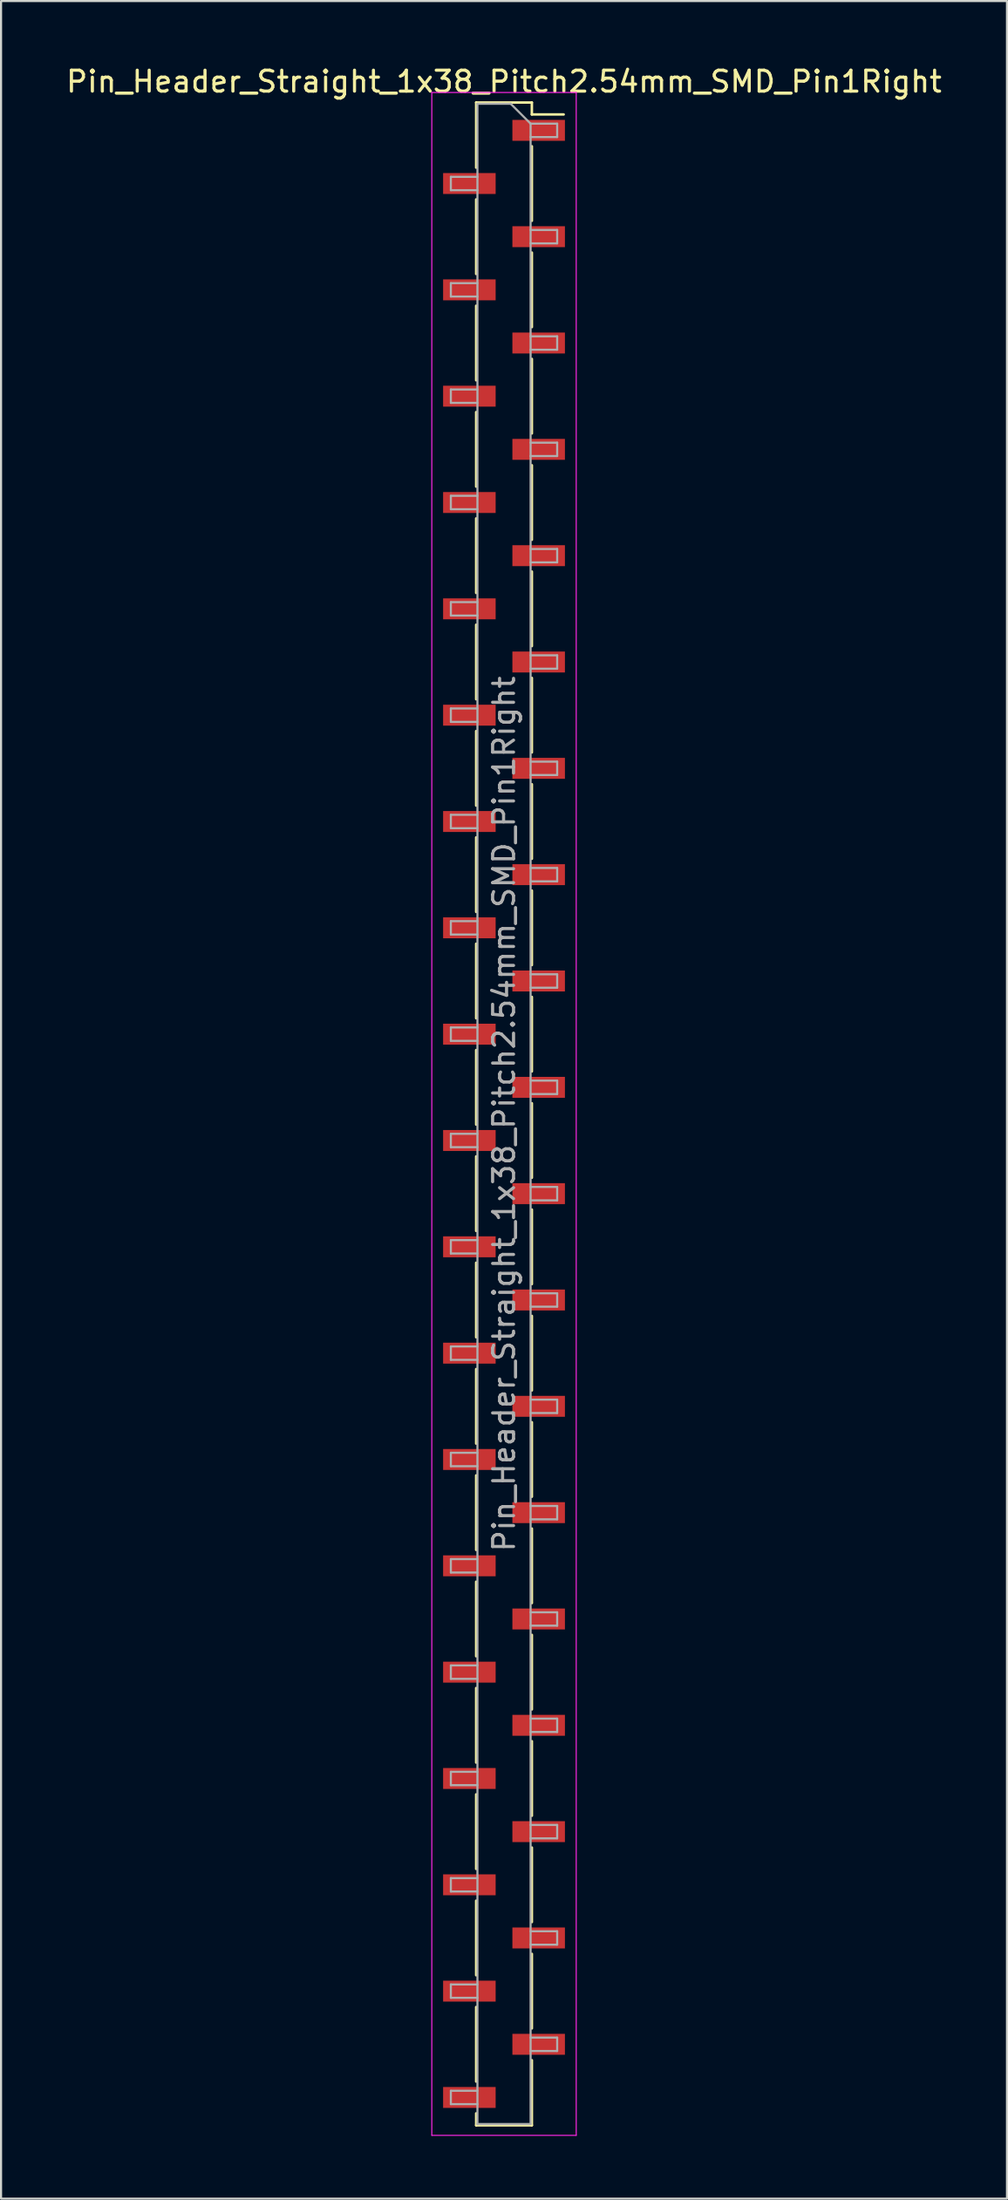
<source format=kicad_pcb>
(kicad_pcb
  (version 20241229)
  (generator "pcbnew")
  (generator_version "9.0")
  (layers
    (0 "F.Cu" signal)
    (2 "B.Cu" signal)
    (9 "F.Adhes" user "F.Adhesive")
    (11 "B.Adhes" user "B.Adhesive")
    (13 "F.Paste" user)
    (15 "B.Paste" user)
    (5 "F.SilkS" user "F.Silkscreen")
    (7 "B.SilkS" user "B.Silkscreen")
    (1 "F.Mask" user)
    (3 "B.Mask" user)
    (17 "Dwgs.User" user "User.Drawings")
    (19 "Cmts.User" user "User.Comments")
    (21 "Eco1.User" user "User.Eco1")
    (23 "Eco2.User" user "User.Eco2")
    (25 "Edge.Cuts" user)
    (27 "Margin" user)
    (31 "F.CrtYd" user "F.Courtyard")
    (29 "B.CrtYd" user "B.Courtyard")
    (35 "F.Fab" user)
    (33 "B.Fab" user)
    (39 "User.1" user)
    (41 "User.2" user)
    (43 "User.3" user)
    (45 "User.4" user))
  (footprint "Pin_Header_Straight_1x38_Pitch2.54mm_SMD_Pin1Right"
    (layer "F.Cu")
    (at 21.03 50.168)
    (property "Reference" "Pin_Header_Straight_1x38_Pitch2.54mm_SMD_Pin1Right" (at 0 -49.32 0) (layer "F.SilkS") (effects (font (size 1 1) (thickness 0.15))))
    (attr smd)
    (fp_line (start -1.33 -48.32) (end -1.33 -45.21) (stroke (width 0.12) (type solid)) (layer "F.SilkS"))
    (fp_line (start -1.33 -48.32) (end 1.33 -48.32) (stroke (width 0.12) (type solid)) (layer "F.SilkS"))
    (fp_line (start -1.33 -43.69) (end -1.33 -40.13) (stroke (width 0.12) (type solid)) (layer "F.SilkS"))
    (fp_line (start -1.33 -38.61) (end -1.33 -35.05) (stroke (width 0.12) (type solid)) (layer "F.SilkS"))
    (fp_line (start -1.33 -33.53) (end -1.33 -29.97) (stroke (width 0.12) (type solid)) (layer "F.SilkS"))
    (fp_line (start -1.33 -28.45) (end -1.33 -24.89) (stroke (width 0.12) (type solid)) (layer "F.SilkS"))
    (fp_line (start -1.33 -23.37) (end -1.33 -19.81) (stroke (width 0.12) (type solid)) (layer "F.SilkS"))
    (fp_line (start -1.33 -18.29) (end -1.33 -14.73) (stroke (width 0.12) (type solid)) (layer "F.SilkS"))
    (fp_line (start -1.33 -13.21) (end -1.33 -9.65) (stroke (width 0.12) (type solid)) (layer "F.SilkS"))
    (fp_line (start -1.33 -8.13) (end -1.33 -4.57) (stroke (width 0.12) (type solid)) (layer "F.SilkS"))
    (fp_line (start -1.33 -3.05) (end -1.33 0.51) (stroke (width 0.12) (type solid)) (layer "F.SilkS"))
    (fp_line (start -1.33 2.03) (end -1.33 5.59) (stroke (width 0.12) (type solid)) (layer "F.SilkS"))
    (fp_line (start -1.33 7.11) (end -1.33 10.67) (stroke (width 0.12) (type solid)) (layer "F.SilkS"))
    (fp_line (start -1.33 12.19) (end -1.33 15.75) (stroke (width 0.12) (type solid)) (layer "F.SilkS"))
    (fp_line (start -1.33 17.27) (end -1.33 20.83) (stroke (width 0.12) (type solid)) (layer "F.SilkS"))
    (fp_line (start -1.33 22.35) (end -1.33 25.91) (stroke (width 0.12) (type solid)) (layer "F.SilkS"))
    (fp_line (start -1.33 27.43) (end -1.33 30.99) (stroke (width 0.12) (type solid)) (layer "F.SilkS"))
    (fp_line (start -1.33 32.51) (end -1.33 36.07) (stroke (width 0.12) (type solid)) (layer "F.SilkS"))
    (fp_line (start -1.33 37.59) (end -1.33 41.15) (stroke (width 0.12) (type solid)) (layer "F.SilkS"))
    (fp_line (start -1.33 42.67) (end -1.33 46.23) (stroke (width 0.12) (type solid)) (layer "F.SilkS"))
    (fp_line (start -1.33 47.75) (end -1.33 48.32) (stroke (width 0.12) (type solid)) (layer "F.SilkS"))
    (fp_line (start -1.33 48.32) (end 1.33 48.32) (stroke (width 0.12) (type solid)) (layer "F.SilkS"))
    (fp_line (start 1.33 -48.32) (end 1.33 -47.75) (stroke (width 0.12) (type solid)) (layer "F.SilkS"))
    (fp_line (start 1.33 -47.75) (end 2.85 -47.75) (stroke (width 0.12) (type solid)) (layer "F.SilkS"))
    (fp_line (start 1.33 -46.23) (end 1.33 -42.67) (stroke (width 0.12) (type solid)) (layer "F.SilkS"))
    (fp_line (start 1.33 -41.15) (end 1.33 -37.59) (stroke (width 0.12) (type solid)) (layer "F.SilkS"))
    (fp_line (start 1.33 -36.07) (end 1.33 -32.51) (stroke (width 0.12) (type solid)) (layer "F.SilkS"))
    (fp_line (start 1.33 -30.99) (end 1.33 -27.43) (stroke (width 0.12) (type solid)) (layer "F.SilkS"))
    (fp_line (start 1.33 -25.91) (end 1.33 -22.35) (stroke (width 0.12) (type solid)) (layer "F.SilkS"))
    (fp_line (start 1.33 -20.83) (end 1.33 -17.27) (stroke (width 0.12) (type solid)) (layer "F.SilkS"))
    (fp_line (start 1.33 -15.75) (end 1.33 -12.19) (stroke (width 0.12) (type solid)) (layer "F.SilkS"))
    (fp_line (start 1.33 -10.67) (end 1.33 -7.11) (stroke (width 0.12) (type solid)) (layer "F.SilkS"))
    (fp_line (start 1.33 -5.59) (end 1.33 -2.03) (stroke (width 0.12) (type solid)) (layer "F.SilkS"))
    (fp_line (start 1.33 -0.51) (end 1.33 3.05) (stroke (width 0.12) (type solid)) (layer "F.SilkS"))
    (fp_line (start 1.33 4.57) (end 1.33 8.13) (stroke (width 0.12) (type solid)) (layer "F.SilkS"))
    (fp_line (start 1.33 9.65) (end 1.33 13.21) (stroke (width 0.12) (type solid)) (layer "F.SilkS"))
    (fp_line (start 1.33 14.73) (end 1.33 18.29) (stroke (width 0.12) (type solid)) (layer "F.SilkS"))
    (fp_line (start 1.33 19.81) (end 1.33 23.37) (stroke (width 0.12) (type solid)) (layer "F.SilkS"))
    (fp_line (start 1.33 24.89) (end 1.33 28.45) (stroke (width 0.12) (type solid)) (layer "F.SilkS"))
    (fp_line (start 1.33 29.97) (end 1.33 33.53) (stroke (width 0.12) (type solid)) (layer "F.SilkS"))
    (fp_line (start 1.33 35.05) (end 1.33 38.61) (stroke (width 0.12) (type solid)) (layer "F.SilkS"))
    (fp_line (start 1.33 40.13) (end 1.33 43.69) (stroke (width 0.12) (type solid)) (layer "F.SilkS"))
    (fp_line (start 1.33 45.21) (end 1.33 48.32) (stroke (width 0.12) (type solid)) (layer "F.SilkS"))
    (fp_line (start -3.45 -48.8) (end -3.45 48.8) (stroke (width 0.05) (type solid)) (layer "F.CrtYd"))
    (fp_line (start -3.45 48.8) (end 3.45 48.8) (stroke (width 0.05) (type solid)) (layer "F.CrtYd"))
    (fp_line (start 3.45 -48.8) (end -3.45 -48.8) (stroke (width 0.05) (type solid)) (layer "F.CrtYd"))
    (fp_line (start 3.45 48.8) (end 3.45 -48.8) (stroke (width 0.05) (type solid)) (layer "F.CrtYd"))
    (fp_line (start -2.54 -44.77) (end -2.54 -44.13) (stroke (width 0.1) (type solid)) (layer "F.Fab"))
    (fp_line (start -2.54 -44.13) (end -1.27 -44.13) (stroke (width 0.1) (type solid)) (layer "F.Fab"))
    (fp_line (start -2.54 -39.69) (end -2.54 -39.05) (stroke (width 0.1) (type solid)) (layer "F.Fab"))
    (fp_line (start -2.54 -39.05) (end -1.27 -39.05) (stroke (width 0.1) (type solid)) (layer "F.Fab"))
    (fp_line (start -2.54 -34.61) (end -2.54 -33.97) (stroke (width 0.1) (type solid)) (layer "F.Fab"))
    (fp_line (start -2.54 -33.97) (end -1.27 -33.97) (stroke (width 0.1) (type solid)) (layer "F.Fab"))
    (fp_line (start -2.54 -29.53) (end -2.54 -28.89) (stroke (width 0.1) (type solid)) (layer "F.Fab"))
    (fp_line (start -2.54 -28.89) (end -1.27 -28.89) (stroke (width 0.1) (type solid)) (layer "F.Fab"))
    (fp_line (start -2.54 -24.45) (end -2.54 -23.81) (stroke (width 0.1) (type solid)) (layer "F.Fab"))
    (fp_line (start -2.54 -23.81) (end -1.27 -23.81) (stroke (width 0.1) (type solid)) (layer "F.Fab"))
    (fp_line (start -2.54 -19.37) (end -2.54 -18.73) (stroke (width 0.1) (type solid)) (layer "F.Fab"))
    (fp_line (start -2.54 -18.73) (end -1.27 -18.73) (stroke (width 0.1) (type solid)) (layer "F.Fab"))
    (fp_line (start -2.54 -14.29) (end -2.54 -13.65) (stroke (width 0.1) (type solid)) (layer "F.Fab"))
    (fp_line (start -2.54 -13.65) (end -1.27 -13.65) (stroke (width 0.1) (type solid)) (layer "F.Fab"))
    (fp_line (start -2.54 -9.21) (end -2.54 -8.57) (stroke (width 0.1) (type solid)) (layer "F.Fab"))
    (fp_line (start -2.54 -8.57) (end -1.27 -8.57) (stroke (width 0.1) (type solid)) (layer "F.Fab"))
    (fp_line (start -2.54 -4.13) (end -2.54 -3.49) (stroke (width 0.1) (type solid)) (layer "F.Fab"))
    (fp_line (start -2.54 -3.49) (end -1.27 -3.49) (stroke (width 0.1) (type solid)) (layer "F.Fab"))
    (fp_line (start -2.54 0.95) (end -2.54 1.59) (stroke (width 0.1) (type solid)) (layer "F.Fab"))
    (fp_line (start -2.54 1.59) (end -1.27 1.59) (stroke (width 0.1) (type solid)) (layer "F.Fab"))
    (fp_line (start -2.54 6.03) (end -2.54 6.67) (stroke (width 0.1) (type solid)) (layer "F.Fab"))
    (fp_line (start -2.54 6.67) (end -1.27 6.67) (stroke (width 0.1) (type solid)) (layer "F.Fab"))
    (fp_line (start -2.54 11.11) (end -2.54 11.75) (stroke (width 0.1) (type solid)) (layer "F.Fab"))
    (fp_line (start -2.54 11.75) (end -1.27 11.75) (stroke (width 0.1) (type solid)) (layer "F.Fab"))
    (fp_line (start -2.54 16.19) (end -2.54 16.83) (stroke (width 0.1) (type solid)) (layer "F.Fab"))
    (fp_line (start -2.54 16.83) (end -1.27 16.83) (stroke (width 0.1) (type solid)) (layer "F.Fab"))
    (fp_line (start -2.54 21.27) (end -2.54 21.91) (stroke (width 0.1) (type solid)) (layer "F.Fab"))
    (fp_line (start -2.54 21.91) (end -1.27 21.91) (stroke (width 0.1) (type solid)) (layer "F.Fab"))
    (fp_line (start -2.54 26.35) (end -2.54 26.99) (stroke (width 0.1) (type solid)) (layer "F.Fab"))
    (fp_line (start -2.54 26.99) (end -1.27 26.99) (stroke (width 0.1) (type solid)) (layer "F.Fab"))
    (fp_line (start -2.54 31.43) (end -2.54 32.07) (stroke (width 0.1) (type solid)) (layer "F.Fab"))
    (fp_line (start -2.54 32.07) (end -1.27 32.07) (stroke (width 0.1) (type solid)) (layer "F.Fab"))
    (fp_line (start -2.54 36.51) (end -2.54 37.15) (stroke (width 0.1) (type solid)) (layer "F.Fab"))
    (fp_line (start -2.54 37.15) (end -1.27 37.15) (stroke (width 0.1) (type solid)) (layer "F.Fab"))
    (fp_line (start -2.54 41.59) (end -2.54 42.23) (stroke (width 0.1) (type solid)) (layer "F.Fab"))
    (fp_line (start -2.54 42.23) (end -1.27 42.23) (stroke (width 0.1) (type solid)) (layer "F.Fab"))
    (fp_line (start -2.54 46.67) (end -2.54 47.31) (stroke (width 0.1) (type solid)) (layer "F.Fab"))
    (fp_line (start -2.54 47.31) (end -1.27 47.31) (stroke (width 0.1) (type solid)) (layer "F.Fab"))
    (fp_line (start -1.27 -48.26) (end -1.27 48.26) (stroke (width 0.1) (type solid)) (layer "F.Fab"))
    (fp_line (start -1.27 -48.26) (end 0.32 -48.26) (stroke (width 0.1) (type solid)) (layer "F.Fab"))
    (fp_line (start -1.27 -44.77) (end -2.54 -44.77) (stroke (width 0.1) (type solid)) (layer "F.Fab"))
    (fp_line (start -1.27 -39.69) (end -2.54 -39.69) (stroke (width 0.1) (type solid)) (layer "F.Fab"))
    (fp_line (start -1.27 -34.61) (end -2.54 -34.61) (stroke (width 0.1) (type solid)) (layer "F.Fab"))
    (fp_line (start -1.27 -29.53) (end -2.54 -29.53) (stroke (width 0.1) (type solid)) (layer "F.Fab"))
    (fp_line (start -1.27 -24.45) (end -2.54 -24.45) (stroke (width 0.1) (type solid)) (layer "F.Fab"))
    (fp_line (start -1.27 -19.37) (end -2.54 -19.37) (stroke (width 0.1) (type solid)) (layer "F.Fab"))
    (fp_line (start -1.27 -14.29) (end -2.54 -14.29) (stroke (width 0.1) (type solid)) (layer "F.Fab"))
    (fp_line (start -1.27 -9.21) (end -2.54 -9.21) (stroke (width 0.1) (type solid)) (layer "F.Fab"))
    (fp_line (start -1.27 -4.13) (end -2.54 -4.13) (stroke (width 0.1) (type solid)) (layer "F.Fab"))
    (fp_line (start -1.27 0.95) (end -2.54 0.95) (stroke (width 0.1) (type solid)) (layer "F.Fab"))
    (fp_line (start -1.27 6.03) (end -2.54 6.03) (stroke (width 0.1) (type solid)) (layer "F.Fab"))
    (fp_line (start -1.27 11.11) (end -2.54 11.11) (stroke (width 0.1) (type solid)) (layer "F.Fab"))
    (fp_line (start -1.27 16.19) (end -2.54 16.19) (stroke (width 0.1) (type solid)) (layer "F.Fab"))
    (fp_line (start -1.27 21.27) (end -2.54 21.27) (stroke (width 0.1) (type solid)) (layer "F.Fab"))
    (fp_line (start -1.27 26.35) (end -2.54 26.35) (stroke (width 0.1) (type solid)) (layer "F.Fab"))
    (fp_line (start -1.27 31.43) (end -2.54 31.43) (stroke (width 0.1) (type solid)) (layer "F.Fab"))
    (fp_line (start -1.27 36.51) (end -2.54 36.51) (stroke (width 0.1) (type solid)) (layer "F.Fab"))
    (fp_line (start -1.27 41.59) (end -2.54 41.59) (stroke (width 0.1) (type solid)) (layer "F.Fab"))
    (fp_line (start -1.27 46.67) (end -2.54 46.67) (stroke (width 0.1) (type solid)) (layer "F.Fab"))
    (fp_line (start 1.27 -47.31) (end 0.32 -48.26) (stroke (width 0.1) (type solid)) (layer "F.Fab"))
    (fp_line (start 1.27 -47.31) (end 2.54 -47.31) (stroke (width 0.1) (type solid)) (layer "F.Fab"))
    (fp_line (start 1.27 -42.23) (end 2.54 -42.23) (stroke (width 0.1) (type solid)) (layer "F.Fab"))
    (fp_line (start 1.27 -37.15) (end 2.54 -37.15) (stroke (width 0.1) (type solid)) (layer "F.Fab"))
    (fp_line (start 1.27 -32.07) (end 2.54 -32.07) (stroke (width 0.1) (type solid)) (layer "F.Fab"))
    (fp_line (start 1.27 -26.99) (end 2.54 -26.99) (stroke (width 0.1) (type solid)) (layer "F.Fab"))
    (fp_line (start 1.27 -21.91) (end 2.54 -21.91) (stroke (width 0.1) (type solid)) (layer "F.Fab"))
    (fp_line (start 1.27 -16.83) (end 2.54 -16.83) (stroke (width 0.1) (type solid)) (layer "F.Fab"))
    (fp_line (start 1.27 -11.75) (end 2.54 -11.75) (stroke (width 0.1) (type solid)) (layer "F.Fab"))
    (fp_line (start 1.27 -6.67) (end 2.54 -6.67) (stroke (width 0.1) (type solid)) (layer "F.Fab"))
    (fp_line (start 1.27 -1.59) (end 2.54 -1.59) (stroke (width 0.1) (type solid)) (layer "F.Fab"))
    (fp_line (start 1.27 3.49) (end 2.54 3.49) (stroke (width 0.1) (type solid)) (layer "F.Fab"))
    (fp_line (start 1.27 8.57) (end 2.54 8.57) (stroke (width 0.1) (type solid)) (layer "F.Fab"))
    (fp_line (start 1.27 13.65) (end 2.54 13.65) (stroke (width 0.1) (type solid)) (layer "F.Fab"))
    (fp_line (start 1.27 18.73) (end 2.54 18.73) (stroke (width 0.1) (type solid)) (layer "F.Fab"))
    (fp_line (start 1.27 23.81) (end 2.54 23.81) (stroke (width 0.1) (type solid)) (layer "F.Fab"))
    (fp_line (start 1.27 28.89) (end 2.54 28.89) (stroke (width 0.1) (type solid)) (layer "F.Fab"))
    (fp_line (start 1.27 33.97) (end 2.54 33.97) (stroke (width 0.1) (type solid)) (layer "F.Fab"))
    (fp_line (start 1.27 39.05) (end 2.54 39.05) (stroke (width 0.1) (type solid)) (layer "F.Fab"))
    (fp_line (start 1.27 44.13) (end 2.54 44.13) (stroke (width 0.1) (type solid)) (layer "F.Fab"))
    (fp_line (start 1.27 48.26) (end -1.27 48.26) (stroke (width 0.1) (type solid)) (layer "F.Fab"))
    (fp_line (start 1.27 48.26) (end 1.27 -47.31) (stroke (width 0.1) (type solid)) (layer "F.Fab"))
    (fp_line (start 2.54 -47.31) (end 2.54 -46.67) (stroke (width 0.1) (type solid)) (layer "F.Fab"))
    (fp_line (start 2.54 -46.67) (end 1.27 -46.67) (stroke (width 0.1) (type solid)) (layer "F.Fab"))
    (fp_line (start 2.54 -42.23) (end 2.54 -41.59) (stroke (width 0.1) (type solid)) (layer "F.Fab"))
    (fp_line (start 2.54 -41.59) (end 1.27 -41.59) (stroke (width 0.1) (type solid)) (layer "F.Fab"))
    (fp_line (start 2.54 -37.15) (end 2.54 -36.51) (stroke (width 0.1) (type solid)) (layer "F.Fab"))
    (fp_line (start 2.54 -36.51) (end 1.27 -36.51) (stroke (width 0.1) (type solid)) (layer "F.Fab"))
    (fp_line (start 2.54 -32.07) (end 2.54 -31.43) (stroke (width 0.1) (type solid)) (layer "F.Fab"))
    (fp_line (start 2.54 -31.43) (end 1.27 -31.43) (stroke (width 0.1) (type solid)) (layer "F.Fab"))
    (fp_line (start 2.54 -26.99) (end 2.54 -26.35) (stroke (width 0.1) (type solid)) (layer "F.Fab"))
    (fp_line (start 2.54 -26.35) (end 1.27 -26.35) (stroke (width 0.1) (type solid)) (layer "F.Fab"))
    (fp_line (start 2.54 -21.91) (end 2.54 -21.27) (stroke (width 0.1) (type solid)) (layer "F.Fab"))
    (fp_line (start 2.54 -21.27) (end 1.27 -21.27) (stroke (width 0.1) (type solid)) (layer "F.Fab"))
    (fp_line (start 2.54 -16.83) (end 2.54 -16.19) (stroke (width 0.1) (type solid)) (layer "F.Fab"))
    (fp_line (start 2.54 -16.19) (end 1.27 -16.19) (stroke (width 0.1) (type solid)) (layer "F.Fab"))
    (fp_line (start 2.54 -11.75) (end 2.54 -11.11) (stroke (width 0.1) (type solid)) (layer "F.Fab"))
    (fp_line (start 2.54 -11.11) (end 1.27 -11.11) (stroke (width 0.1) (type solid)) (layer "F.Fab"))
    (fp_line (start 2.54 -6.67) (end 2.54 -6.03) (stroke (width 0.1) (type solid)) (layer "F.Fab"))
    (fp_line (start 2.54 -6.03) (end 1.27 -6.03) (stroke (width 0.1) (type solid)) (layer "F.Fab"))
    (fp_line (start 2.54 -1.59) (end 2.54 -0.95) (stroke (width 0.1) (type solid)) (layer "F.Fab"))
    (fp_line (start 2.54 -0.95) (end 1.27 -0.95) (stroke (width 0.1) (type solid)) (layer "F.Fab"))
    (fp_line (start 2.54 3.49) (end 2.54 4.13) (stroke (width 0.1) (type solid)) (layer "F.Fab"))
    (fp_line (start 2.54 4.13) (end 1.27 4.13) (stroke (width 0.1) (type solid)) (layer "F.Fab"))
    (fp_line (start 2.54 8.57) (end 2.54 9.21) (stroke (width 0.1) (type solid)) (layer "F.Fab"))
    (fp_line (start 2.54 9.21) (end 1.27 9.21) (stroke (width 0.1) (type solid)) (layer "F.Fab"))
    (fp_line (start 2.54 13.65) (end 2.54 14.29) (stroke (width 0.1) (type solid)) (layer "F.Fab"))
    (fp_line (start 2.54 14.29) (end 1.27 14.29) (stroke (width 0.1) (type solid)) (layer "F.Fab"))
    (fp_line (start 2.54 18.73) (end 2.54 19.37) (stroke (width 0.1) (type solid)) (layer "F.Fab"))
    (fp_line (start 2.54 19.37) (end 1.27 19.37) (stroke (width 0.1) (type solid)) (layer "F.Fab"))
    (fp_line (start 2.54 23.81) (end 2.54 24.45) (stroke (width 0.1) (type solid)) (layer "F.Fab"))
    (fp_line (start 2.54 24.45) (end 1.27 24.45) (stroke (width 0.1) (type solid)) (layer "F.Fab"))
    (fp_line (start 2.54 28.89) (end 2.54 29.53) (stroke (width 0.1) (type solid)) (layer "F.Fab"))
    (fp_line (start 2.54 29.53) (end 1.27 29.53) (stroke (width 0.1) (type solid)) (layer "F.Fab"))
    (fp_line (start 2.54 33.97) (end 2.54 34.61) (stroke (width 0.1) (type solid)) (layer "F.Fab"))
    (fp_line (start 2.54 34.61) (end 1.27 34.61) (stroke (width 0.1) (type solid)) (layer "F.Fab"))
    (fp_line (start 2.54 39.05) (end 2.54 39.69) (stroke (width 0.1) (type solid)) (layer "F.Fab"))
    (fp_line (start 2.54 39.69) (end 1.27 39.69) (stroke (width 0.1) (type solid)) (layer "F.Fab"))
    (fp_line (start 2.54 44.13) (end 2.54 44.77) (stroke (width 0.1) (type solid)) (layer "F.Fab"))
    (fp_line (start 2.54 44.77) (end 1.27 44.77) (stroke (width 0.1) (type solid)) (layer "F.Fab"))
    (fp_text user "${REFERENCE}" (at 0 0 90) (layer "F.Fab") (effects (font (size 1 1) (thickness 0.15))))
    (pad "1" smd rect (at 1.655 -46.99) (size 2.51 1) (layers "F.Cu" "F.Mask" "F.Paste"))
    (pad "2" smd rect (at -1.655 -44.45) (size 2.51 1) (layers "F.Cu" "F.Mask" "F.Paste"))
    (pad "3" smd rect (at 1.655 -41.91) (size 2.51 1) (layers "F.Cu" "F.Mask" "F.Paste"))
    (pad "4" smd rect (at -1.655 -39.37) (size 2.51 1) (layers "F.Cu" "F.Mask" "F.Paste"))
    (pad "5" smd rect (at 1.655 -36.83) (size 2.51 1) (layers "F.Cu" "F.Mask" "F.Paste"))
    (pad "6" smd rect (at -1.655 -34.29) (size 2.51 1) (layers "F.Cu" "F.Mask" "F.Paste"))
    (pad "7" smd rect (at 1.655 -31.75) (size 2.51 1) (layers "F.Cu" "F.Mask" "F.Paste"))
    (pad "8" smd rect (at -1.655 -29.21) (size 2.51 1) (layers "F.Cu" "F.Mask" "F.Paste"))
    (pad "9" smd rect (at 1.655 -26.67) (size 2.51 1) (layers "F.Cu" "F.Mask" "F.Paste"))
    (pad "10" smd rect (at -1.655 -24.13) (size 2.51 1) (layers "F.Cu" "F.Mask" "F.Paste"))
    (pad "11" smd rect (at 1.655 -21.59) (size 2.51 1) (layers "F.Cu" "F.Mask" "F.Paste"))
    (pad "12" smd rect (at -1.655 -19.05) (size 2.51 1) (layers "F.Cu" "F.Mask" "F.Paste"))
    (pad "13" smd rect (at 1.655 -16.51) (size 2.51 1) (layers "F.Cu" "F.Mask" "F.Paste"))
    (pad "14" smd rect (at -1.655 -13.97) (size 2.51 1) (layers "F.Cu" "F.Mask" "F.Paste"))
    (pad "15" smd rect (at 1.655 -11.43) (size 2.51 1) (layers "F.Cu" "F.Mask" "F.Paste"))
    (pad "16" smd rect (at -1.655 -8.89) (size 2.51 1) (layers "F.Cu" "F.Mask" "F.Paste"))
    (pad "17" smd rect (at 1.655 -6.35) (size 2.51 1) (layers "F.Cu" "F.Mask" "F.Paste"))
    (pad "18" smd rect (at -1.655 -3.81) (size 2.51 1) (layers "F.Cu" "F.Mask" "F.Paste"))
    (pad "19" smd rect (at 1.655 -1.27) (size 2.51 1) (layers "F.Cu" "F.Mask" "F.Paste"))
    (pad "20" smd rect (at -1.655 1.27) (size 2.51 1) (layers "F.Cu" "F.Mask" "F.Paste"))
    (pad "21" smd rect (at 1.655 3.81) (size 2.51 1) (layers "F.Cu" "F.Mask" "F.Paste"))
    (pad "22" smd rect (at -1.655 6.35) (size 2.51 1) (layers "F.Cu" "F.Mask" "F.Paste"))
    (pad "23" smd rect (at 1.655 8.89) (size 2.51 1) (layers "F.Cu" "F.Mask" "F.Paste"))
    (pad "24" smd rect (at -1.655 11.43) (size 2.51 1) (layers "F.Cu" "F.Mask" "F.Paste"))
    (pad "25" smd rect (at 1.655 13.97) (size 2.51 1) (layers "F.Cu" "F.Mask" "F.Paste"))
    (pad "26" smd rect (at -1.655 16.51) (size 2.51 1) (layers "F.Cu" "F.Mask" "F.Paste"))
    (pad "27" smd rect (at 1.655 19.05) (size 2.51 1) (layers "F.Cu" "F.Mask" "F.Paste"))
    (pad "28" smd rect (at -1.655 21.59) (size 2.51 1) (layers "F.Cu" "F.Mask" "F.Paste"))
    (pad "29" smd rect (at 1.655 24.13) (size 2.51 1) (layers "F.Cu" "F.Mask" "F.Paste"))
    (pad "30" smd rect (at -1.655 26.67) (size 2.51 1) (layers "F.Cu" "F.Mask" "F.Paste"))
    (pad "31" smd rect (at 1.655 29.21) (size 2.51 1) (layers "F.Cu" "F.Mask" "F.Paste"))
    (pad "32" smd rect (at -1.655 31.75) (size 2.51 1) (layers "F.Cu" "F.Mask" "F.Paste"))
    (pad "33" smd rect (at 1.655 34.29) (size 2.51 1) (layers "F.Cu" "F.Mask" "F.Paste"))
    (pad "34" smd rect (at -1.655 36.83) (size 2.51 1) (layers "F.Cu" "F.Mask" "F.Paste"))
    (pad "35" smd rect (at 1.655 39.37) (size 2.51 1) (layers "F.Cu" "F.Mask" "F.Paste"))
    (pad "36" smd rect (at -1.655 41.91) (size 2.51 1) (layers "F.Cu" "F.Mask" "F.Paste"))
    (pad "37" smd rect (at 1.655 44.45) (size 2.51 1) (layers "F.Cu" "F.Mask" "F.Paste"))
    (pad "38" smd rect (at -1.655 46.99) (size 2.51 1) (layers "F.Cu" "F.Mask" "F.Paste")))
  (gr_rect
    (start -3 -3)
    (end 45.06 101.993)
    (stroke (width 0.1) (type default))
    (fill no)
    (layer "Edge.Cuts")))
</source>
